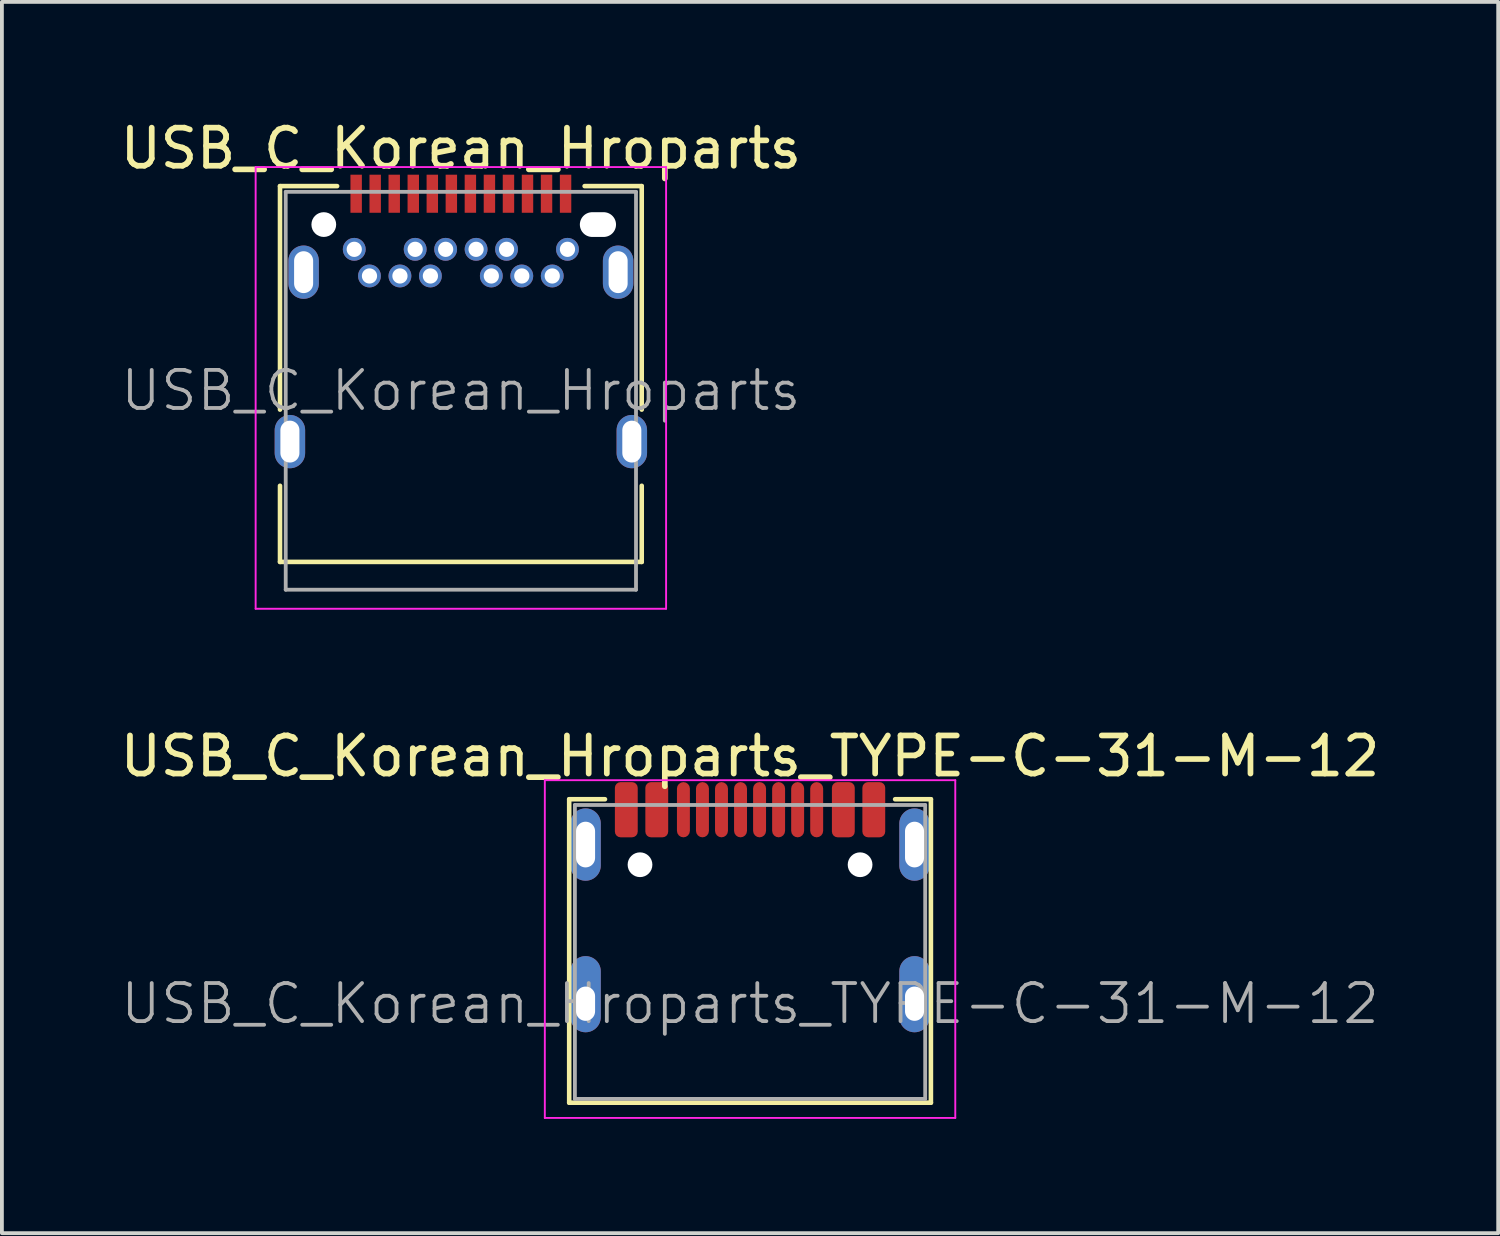
<source format=kicad_pcb>
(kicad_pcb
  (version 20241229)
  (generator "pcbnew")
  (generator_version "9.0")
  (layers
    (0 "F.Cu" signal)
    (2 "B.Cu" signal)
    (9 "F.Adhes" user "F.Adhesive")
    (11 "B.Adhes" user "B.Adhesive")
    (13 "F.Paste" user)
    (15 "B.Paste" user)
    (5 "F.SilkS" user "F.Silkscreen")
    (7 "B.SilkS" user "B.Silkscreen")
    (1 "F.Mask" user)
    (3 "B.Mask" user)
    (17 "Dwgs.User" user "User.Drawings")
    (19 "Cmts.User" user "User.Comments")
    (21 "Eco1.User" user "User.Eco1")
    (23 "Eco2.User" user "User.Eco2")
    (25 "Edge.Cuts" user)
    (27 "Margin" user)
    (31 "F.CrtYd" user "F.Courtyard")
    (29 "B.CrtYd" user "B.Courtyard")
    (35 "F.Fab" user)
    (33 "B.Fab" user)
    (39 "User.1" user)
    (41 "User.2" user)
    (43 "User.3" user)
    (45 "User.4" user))
  (footprint "USB_C_Korean_Hroparts"
    (layer "F.Cu")
    (at 9.054 7.208)
    (property "Reference" "USB_C_Korean_Hroparts" (at 0 -6.36 0) (layer "F.SilkS") (effects (font (size 1 1) (thickness 0.15))))
    (attr smd)
    (fp_line (start -4.75 -5.37) (end -4.75 0.5) (stroke (width 0.12) (type solid)) (layer "F.SilkS"))
    (fp_line (start -4.75 -5.37) (end -3.25 -5.37) (stroke (width 0.12) (type solid)) (layer "F.SilkS"))
    (fp_line (start -4.75 2.5) (end -4.75 4.5) (stroke (width 0.12) (type solid)) (layer "F.SilkS"))
    (fp_line (start -4.75 4.5) (end 4.75 4.5) (stroke (width 0.12) (type solid)) (layer "F.SilkS"))
    (fp_line (start 3.25 -5.37) (end 4.75 -5.37) (stroke (width 0.12) (type solid)) (layer "F.SilkS"))
    (fp_line (start 4.75 -5.37) (end 4.75 0.5) (stroke (width 0.12) (type solid)) (layer "F.SilkS"))
    (fp_line (start 4.75 2.5) (end 4.75 4.5) (stroke (width 0.12) (type solid)) (layer "F.SilkS"))
    (fp_line (start -5.39 -5.87) (end 5.39 -5.87) (stroke (width 0.05) (type solid)) (layer "F.CrtYd"))
    (fp_line (start -5.39 5.73) (end -5.39 -5.87) (stroke (width 0.05) (type solid)) (layer "F.CrtYd"))
    (fp_line (start 5.39 -5.87) (end 5.39 5.73) (stroke (width 0.05) (type solid)) (layer "F.CrtYd"))
    (fp_line (start 5.39 5.73) (end -5.39 5.73) (stroke (width 0.05) (type solid)) (layer "F.CrtYd"))
    (fp_line (start -4.6 -5.22) (end 4.6 -5.22) (stroke (width 0.1) (type solid)) (layer "F.Fab"))
    (fp_line (start -4.6 5.23) (end -4.6 -5.22) (stroke (width 0.1) (type solid)) (layer "F.Fab"))
    (fp_line (start -4.6 5.23) (end 4.6 5.23) (stroke (width 0.1) (type solid)) (layer "F.Fab"))
    (fp_line (start 4.6 5.23) (end 4.6 -5.22) (stroke (width 0.1) (type solid)) (layer "F.Fab"))
    (fp_text user "${REFERENCE}" (at 0 0 0) (layer "F.Fab") (effects (font (size 1 1) (thickness 0.1))))
    (pad "" np_thru_hole circle (at -3.6 -4.36) (size 0.65 0.65) (drill 0.65) (layers "*.Cu" "*.Mask"))
    (pad "" np_thru_hole oval (at 3.6 -4.36) (size 0.95 0.65) (drill oval 0.95 0.65) (layers "*.Cu" "*.Mask"))
    (pad "A1" smd rect (at -2.75 -5.17) (size 0.3 1) (layers "F.Cu" "F.Mask" "F.Paste"))
    (pad "A2" smd rect (at -2.25 -5.17) (size 0.3 1) (layers "F.Cu" "F.Mask" "F.Paste"))
    (pad "A3" smd rect (at -1.75 -5.17) (size 0.3 1) (layers "F.Cu" "F.Mask" "F.Paste"))
    (pad "A4" smd rect (at -1.25 -5.17) (size 0.3 1) (layers "F.Cu" "F.Mask" "F.Paste"))
    (pad "A5" smd rect (at -0.75 -5.17) (size 0.3 1) (layers "F.Cu" "F.Mask" "F.Paste"))
    (pad "A6" smd rect (at -0.25 -5.17) (size 0.3 1) (layers "F.Cu" "F.Mask" "F.Paste"))
    (pad "A7" smd rect (at 0.25 -5.17) (size 0.3 1) (layers "F.Cu" "F.Mask" "F.Paste"))
    (pad "A8" smd rect (at 0.75 -5.17) (size 0.3 1) (layers "F.Cu" "F.Mask" "F.Paste"))
    (pad "A9" smd rect (at 1.25 -5.17) (size 0.3 1) (layers "F.Cu" "F.Mask" "F.Paste"))
    (pad "A10" smd rect (at 1.75 -5.17) (size 0.3 1) (layers "F.Cu" "F.Mask" "F.Paste"))
    (pad "A11" smd rect (at 2.25 -5.17) (size 0.3 1) (layers "F.Cu" "F.Mask" "F.Paste"))
    (pad "A12" smd rect (at 2.75 -5.17) (size 0.3 1) (layers "F.Cu" "F.Mask" "F.Paste"))
    (pad "B1" thru_hole circle (at 2.8 -3.71) (size 0.6 0.6) (drill 0.4) (layers "*.Cu" "*.Mask" "F.Paste"))
    (pad "B2" thru_hole circle (at 2.4 -3.01) (size 0.6 0.6) (drill 0.4) (layers "*.Cu" "*.Mask" "F.Paste"))
    (pad "B3" thru_hole circle (at 1.6 -3.01) (size 0.6 0.6) (drill 0.4) (layers "*.Cu" "*.Mask" "F.Paste"))
    (pad "B4" thru_hole circle (at 1.2 -3.71) (size 0.6 0.6) (drill 0.4) (layers "*.Cu" "*.Mask" "F.Paste"))
    (pad "B5" thru_hole circle (at 0.8 -3.01) (size 0.6 0.6) (drill 0.4) (layers "*.Cu" "*.Mask" "F.Paste"))
    (pad "B6" thru_hole circle (at 0.4 -3.71) (size 0.6 0.6) (drill 0.4) (layers "*.Cu" "*.Mask" "F.Paste"))
    (pad "B7" thru_hole circle (at -0.4 -3.71) (size 0.6 0.6) (drill 0.4) (layers "*.Cu" "*.Mask" "F.Paste"))
    (pad "B8" thru_hole circle (at -0.8 -3.01) (size 0.6 0.6) (drill 0.4) (layers "*.Cu" "*.Mask" "F.Paste"))
    (pad "B9" thru_hole circle (at -1.2 -3.71) (size 0.6 0.6) (drill 0.4) (layers "*.Cu" "*.Mask" "F.Paste"))
    (pad "B10" thru_hole circle (at -1.6 -3.01) (size 0.6 0.6) (drill 0.4) (layers "*.Cu" "*.Mask" "F.Paste"))
    (pad "B11" thru_hole circle (at -2.4 -3.01) (size 0.6 0.6) (drill 0.4) (layers "*.Cu" "*.Mask" "F.Paste"))
    (pad "B12" thru_hole circle (at -2.8 -3.71) (size 0.6 0.6) (drill 0.4) (layers "*.Cu" "*.Mask" "F.Paste"))
    (pad "S1" thru_hole oval (at -4.13 -3.11) (size 0.8 1.4) (drill oval 0.5 1.1) (layers "*.Cu" "*.Mask" "F.Paste"))
    (pad "S2" thru_hole oval (at 4.13 -3.11) (size 0.8 1.4) (drill oval 0.5 1.1) (layers "*.Cu" "*.Mask" "F.Paste"))
    (pad "S3" thru_hole oval (at -4.49 1.34) (size 0.8 1.4) (drill oval 0.5 1.1) (layers "*.Cu" "*.Mask" "F.Paste"))
    (pad "S4" thru_hole oval (at 4.49 1.34) (size 0.8 1.4) (drill oval 0.5 1.1) (layers "*.Cu" "*.Mask" "F.Paste")))
  (footprint "USB_C_Korean_Hroparts_TYPE-C-31-M-12"
    (layer "F.Cu")
    (at 16.649 21.111)
    (property "Reference" "USB_C_Korean_Hroparts_TYPE-C-31-M-12" (at 0 -4.3 0) (layer "F.SilkS") (effects (font (size 1 1) (thickness 0.15))))
    (fp_line (start -4.75 -3.17) (end -4.75 4.8) (stroke (width 0.12) (type solid)) (layer "F.SilkS"))
    (fp_line (start -4.75 -3.17) (end -3.81 -3.17) (stroke (width 0.12) (type solid)) (layer "F.SilkS"))
    (fp_line (start -4.75 4.8) (end 4.75 4.8) (stroke (width 0.12) (type solid)) (layer "F.SilkS"))
    (fp_line (start 3.81 -3.17) (end 4.75 -3.17) (stroke (width 0.12) (type solid)) (layer "F.SilkS"))
    (fp_line (start 4.75 -3.17) (end 4.75 4.8) (stroke (width 0.12) (type solid)) (layer "F.SilkS"))
    (fp_line (start -5.39 -3.67) (end 5.39 -3.67) (stroke (width 0.05) (type solid)) (layer "F.CrtYd"))
    (fp_line (start -5.39 5.2) (end -5.39 -3.67) (stroke (width 0.05) (type solid)) (layer "F.CrtYd"))
    (fp_line (start 5.39 -3.67) (end 5.39 5.2) (stroke (width 0.05) (type solid)) (layer "F.CrtYd"))
    (fp_line (start 5.39 5.2) (end -5.39 5.2) (stroke (width 0.05) (type solid)) (layer "F.CrtYd"))
    (fp_line (start -4.6 -3.02) (end 4.6 -3.02) (stroke (width 0.1) (type solid)) (layer "F.Fab"))
    (fp_line (start -4.6 4.7) (end -4.6 -3.02) (stroke (width 0.1) (type solid)) (layer "F.Fab"))
    (fp_line (start -4.6 4.7) (end 4.6 4.7) (stroke (width 0.1) (type solid)) (layer "F.Fab"))
    (fp_line (start 4.6 4.7) (end 4.6 -3.02) (stroke (width 0.1) (type solid)) (layer "F.Fab"))
    (fp_text user "${REFERENCE}" (at 0 2.2 0) (layer "F.Fab") (effects (font (size 1 1) (thickness 0.1))))
    (pad "" np_thru_hole circle (at -2.89 -1.45) (size 0.65 0.65) (drill 0.65) (layers "*.Cu" "*.Mask"))
    (pad "" np_thru_hole circle (at 2.89 -1.45) (size 0.65 0.65) (drill 0.65) (layers "*.Cu" "*.Mask"))
    (pad "A1B12" smd roundrect (at -3.25 -2.895) (size 0.6 1.45) (layers "F.Cu" "F.Mask" "F.Paste") (roundrect_rratio 0.25))
    (pad "A4B9" smd roundrect (at -2.45 -2.895) (size 0.6 1.45) (layers "F.Cu" "F.Mask" "F.Paste") (roundrect_rratio 0.25))
    (pad "A5" smd roundrect (at -1.25 -2.895) (size 0.34 1.45) (layers "F.Cu" "F.Mask" "F.Paste") (roundrect_rratio 0.5))
    (pad "A6" smd roundrect (at -0.25 -2.895) (size 0.34 1.45) (layers "F.Cu" "F.Mask" "F.Paste") (roundrect_rratio 0.5))
    (pad "A7" smd roundrect (at 0.25 -2.895) (size 0.34 1.45) (layers "F.Cu" "F.Mask" "F.Paste") (roundrect_rratio 0.5))
    (pad "A8" smd roundrect (at 1.25 -2.895) (size 0.34 1.45) (layers "F.Cu" "F.Mask" "F.Paste") (roundrect_rratio 0.5))
    (pad "A9B4" smd roundrect (at 2.45 -2.895) (size 0.6 1.45) (layers "F.Cu" "F.Mask" "F.Paste") (roundrect_rratio 0.25))
    (pad "A12B1" smd roundrect (at 3.25 -2.895) (size 0.6 1.45) (layers "F.Cu" "F.Mask" "F.Paste") (roundrect_rratio 0.25))
    (pad "B5" smd roundrect (at 1.75 -2.895) (size 0.34 1.45) (layers "F.Cu" "F.Mask" "F.Paste") (roundrect_rratio 0.5))
    (pad "B6" smd roundrect (at 0.75 -2.895) (size 0.34 1.45) (layers "F.Cu" "F.Mask" "F.Paste") (roundrect_rratio 0.5))
    (pad "B7" smd roundrect (at -0.75 -2.895) (size 0.34 1.45) (layers "F.Cu" "F.Mask" "F.Paste") (roundrect_rratio 0.5))
    (pad "B8" smd roundrect (at -1.75 -2.895) (size 0.34 1.45) (layers "F.Cu" "F.Mask" "F.Paste") (roundrect_rratio 0.5))
    (pad "S1" thru_hole oval (at -4.32 -1.98) (size 0.8 1.9) (drill oval 0.5 1.2) (layers "*.Cu" "*.Mask" "F.Paste"))
    (pad "S2" thru_hole oval (at 4.32 -1.98) (size 0.8 1.9) (drill oval 0.5 1.2) (layers "*.Cu" "*.Mask" "F.Paste"))
    (pad "S3" thru_hole oval (at -4.32 2.2) (size 0.8 2) (drill oval 0.5 0.9 (offset 0 -0.25)) (layers "*.Cu" "*.Mask" "F.Paste"))
    (pad "S4" thru_hole oval (at 4.32 2.2) (size 0.8 2) (drill oval 0.5 0.9 (offset 0 -0.25)) (layers "*.Cu" "*.Mask" "F.Paste")))
  (gr_rect
    (start -3 -3)
    (end 36.298 29.337)
    (stroke (width 0.1) (type default))
    (fill no)
    (layer "Edge.Cuts")))
</source>
